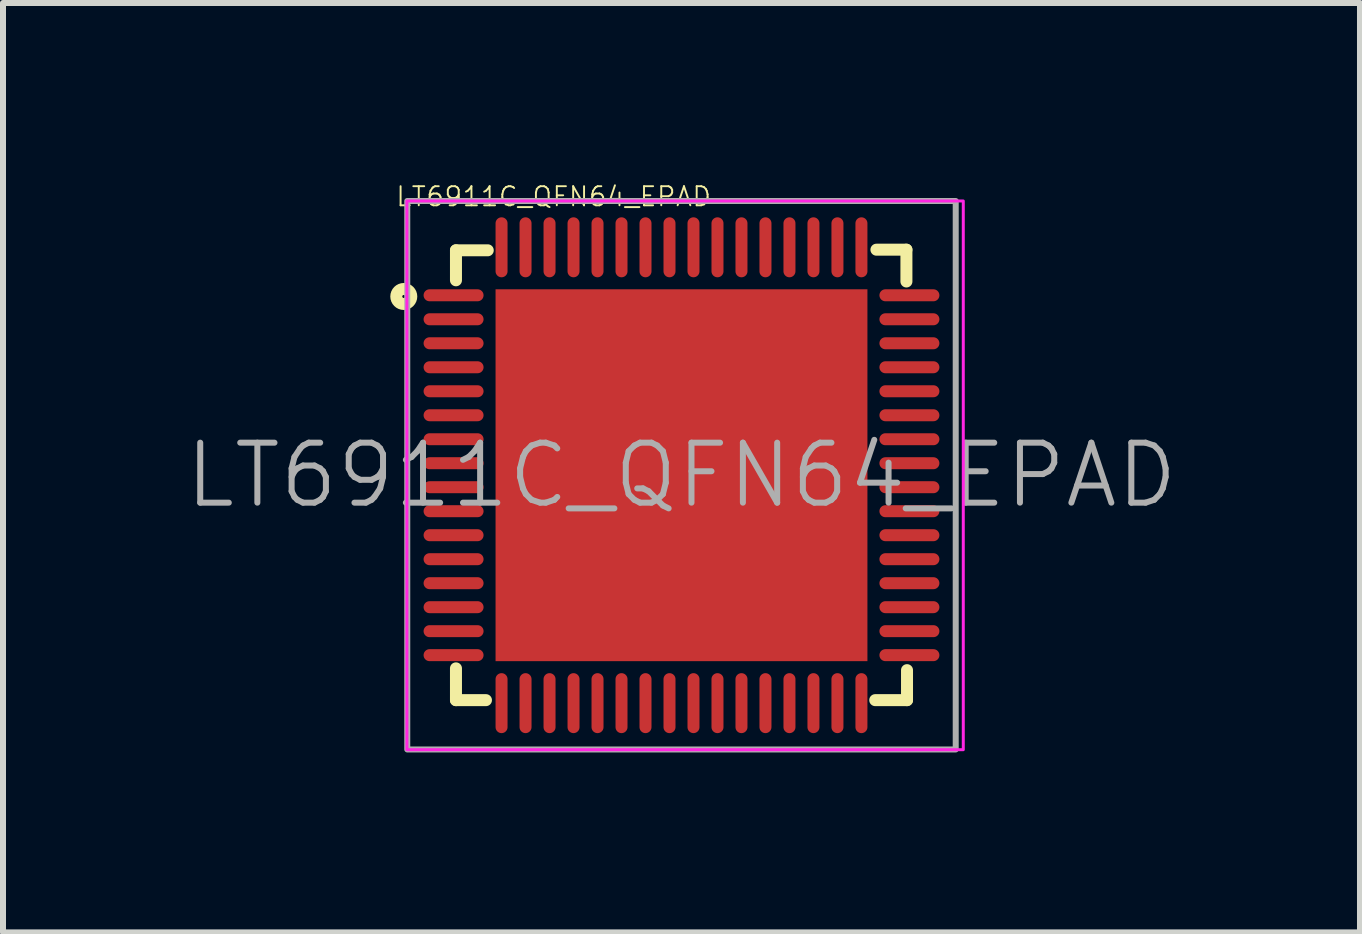
<source format=kicad_pcb>
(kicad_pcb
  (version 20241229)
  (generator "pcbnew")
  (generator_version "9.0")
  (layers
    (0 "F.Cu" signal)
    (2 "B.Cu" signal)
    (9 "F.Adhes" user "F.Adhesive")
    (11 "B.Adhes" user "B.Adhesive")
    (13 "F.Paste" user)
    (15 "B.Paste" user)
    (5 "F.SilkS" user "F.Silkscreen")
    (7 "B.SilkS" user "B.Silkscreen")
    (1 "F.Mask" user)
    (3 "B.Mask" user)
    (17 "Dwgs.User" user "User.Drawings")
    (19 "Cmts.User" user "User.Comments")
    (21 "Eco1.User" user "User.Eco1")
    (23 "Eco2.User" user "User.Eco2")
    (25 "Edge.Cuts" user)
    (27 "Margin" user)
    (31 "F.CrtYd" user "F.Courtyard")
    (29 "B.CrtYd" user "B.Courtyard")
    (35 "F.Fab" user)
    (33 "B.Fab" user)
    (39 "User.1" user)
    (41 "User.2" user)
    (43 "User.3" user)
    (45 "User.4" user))
  (footprint "LT6911C_QFN64_EPAD"
    (layer "F.Cu")
    (at 8.312 4.873)
    (property "Reference" "LT6911C_QFN64_EPAD" (at -4.78 -4.46 0) (unlocked yes) (layer "F.SilkS") (effects (font (size 0.318 0.318) (thickness 0.032)) (justify left bottom)))
    (fp_line (start -3.76 -3.75) (end -3.76 -3.25) (stroke (width 0.2) (type solid)) (layer "F.SilkS"))
    (fp_line (start -3.76 -3.75) (end -3.23 -3.75) (stroke (width 0.2) (type solid)) (layer "F.SilkS"))
    (fp_line (start -3.76 3.22) (end -3.76 3.75) (stroke (width 0.2) (type solid)) (layer "F.SilkS"))
    (fp_line (start -3.76 3.75) (end -3.26 3.75) (stroke (width 0.2) (type solid)) (layer "F.SilkS"))
    (fp_line (start 3.23 3.75) (end 3.76 3.75) (stroke (width 0.2) (type solid)) (layer "F.SilkS"))
    (fp_line (start 3.25 -3.76) (end 3.75 -3.76) (stroke (width 0.2) (type solid)) (layer "F.SilkS"))
    (fp_line (start 3.75 -3.76) (end 3.75 -3.23) (stroke (width 0.2) (type solid)) (layer "F.SilkS"))
    (fp_line (start 3.76 3.25) (end 3.76 3.75) (stroke (width 0.2) (type solid)) (layer "F.SilkS"))
    (fp_circle (center -4.63 -2.98) (end -4.655 -2.98) (stroke (width 0.2) (type solid)) (fill no) (layer "F.SilkS"))
    (fp_rect (start -4.578 -4.572) (end 4.698 4.576) (stroke (width 0.05) (type default)) (fill no) (layer "F.CrtYd"))
    (fp_rect (start -4.572 -4.572) (end 4.572 4.572) (stroke (width 0.1) (type default)) (fill no) (layer "F.Fab"))
    (fp_text user "${REFERENCE}" (at 0 0 0) (layer "F.Fab") (effects (font (size 1 1) (thickness 0.1))))
    (pad "1" smd oval (at -3.8 -3) (size 1 0.2) (layers "F.Cu" "F.Mask" "F.Paste"))
    (pad "2" smd oval (at -3.8 -2.6) (size 1 0.2) (layers "F.Cu" "F.Mask" "F.Paste"))
    (pad "3" smd oval (at -3.8 -2.2) (size 1 0.2) (layers "F.Cu" "F.Mask" "F.Paste"))
    (pad "4" smd oval (at -3.8 -1.8) (size 1 0.2) (layers "F.Cu" "F.Mask" "F.Paste"))
    (pad "5" smd oval (at -3.8 -1.4) (size 1 0.2) (layers "F.Cu" "F.Mask" "F.Paste"))
    (pad "6" smd oval (at -3.8 -1) (size 1 0.2) (layers "F.Cu" "F.Mask" "F.Paste"))
    (pad "7" smd oval (at -3.8 -0.6) (size 1 0.2) (layers "F.Cu" "F.Mask" "F.Paste"))
    (pad "8" smd oval (at -3.8 -0.2) (size 1 0.2) (layers "F.Cu" "F.Mask" "F.Paste"))
    (pad "9" smd oval (at -3.8 0.2) (size 1 0.2) (layers "F.Cu" "F.Mask" "F.Paste"))
    (pad "10" smd oval (at -3.8 0.6) (size 1 0.2) (layers "F.Cu" "F.Mask" "F.Paste"))
    (pad "11" smd oval (at -3.8 1) (size 1 0.2) (layers "F.Cu" "F.Mask" "F.Paste"))
    (pad "12" smd oval (at -3.8 1.4) (size 1 0.2) (layers "F.Cu" "F.Mask" "F.Paste"))
    (pad "13" smd oval (at -3.8 1.8) (size 1 0.2) (layers "F.Cu" "F.Mask" "F.Paste"))
    (pad "14" smd oval (at -3.8 2.2) (size 1 0.2) (layers "F.Cu" "F.Mask" "F.Paste"))
    (pad "15" smd oval (at -3.8 2.6) (size 1 0.2) (layers "F.Cu" "F.Mask" "F.Paste"))
    (pad "16" smd oval (at -3.8 3) (size 1 0.2) (layers "F.Cu" "F.Mask" "F.Paste"))
    (pad "17" smd oval (at -3 3.8 90) (size 1 0.2) (layers "F.Cu" "F.Mask" "F.Paste"))
    (pad "18" smd oval (at -2.6 3.8 90) (size 1 0.2) (layers "F.Cu" "F.Mask" "F.Paste"))
    (pad "19" smd oval (at -2.2 3.8 90) (size 1 0.2) (layers "F.Cu" "F.Mask" "F.Paste"))
    (pad "20" smd oval (at -1.8 3.8 90) (size 1 0.2) (layers "F.Cu" "F.Mask" "F.Paste"))
    (pad "21" smd oval (at -1.4 3.8 90) (size 1 0.2) (layers "F.Cu" "F.Mask" "F.Paste"))
    (pad "22" smd oval (at -1 3.8 90) (size 1 0.2) (layers "F.Cu" "F.Mask" "F.Paste"))
    (pad "23" smd oval (at -0.6 3.8 90) (size 1 0.2) (layers "F.Cu" "F.Mask" "F.Paste"))
    (pad "24" smd oval (at -0.2 3.8 90) (size 1 0.2) (layers "F.Cu" "F.Mask" "F.Paste"))
    (pad "25" smd oval (at 0.2 3.8 90) (size 1 0.2) (layers "F.Cu" "F.Mask" "F.Paste"))
    (pad "26" smd oval (at 0.6 3.8 90) (size 1 0.2) (layers "F.Cu" "F.Mask" "F.Paste"))
    (pad "27" smd oval (at 1 3.8 90) (size 1 0.2) (layers "F.Cu" "F.Mask" "F.Paste"))
    (pad "28" smd oval (at 1.4 3.8 90) (size 1 0.2) (layers "F.Cu" "F.Mask" "F.Paste"))
    (pad "29" smd oval (at 1.8 3.8 90) (size 1 0.2) (layers "F.Cu" "F.Mask" "F.Paste"))
    (pad "30" smd oval (at 2.2 3.8 90) (size 1 0.2) (layers "F.Cu" "F.Mask" "F.Paste"))
    (pad "31" smd oval (at 2.6 3.8 90) (size 1 0.2) (layers "F.Cu" "F.Mask" "F.Paste"))
    (pad "32" smd oval (at 3 3.8 90) (size 1 0.2) (layers "F.Cu" "F.Mask" "F.Paste"))
    (pad "33" smd oval (at 3.8 3) (size 1 0.2) (layers "F.Cu" "F.Mask" "F.Paste"))
    (pad "34" smd oval (at 3.8 2.6) (size 1 0.2) (layers "F.Cu" "F.Mask" "F.Paste"))
    (pad "35" smd oval (at 3.8 2.2) (size 1 0.2) (layers "F.Cu" "F.Mask" "F.Paste"))
    (pad "36" smd oval (at 3.8 1.8) (size 1 0.2) (layers "F.Cu" "F.Mask" "F.Paste"))
    (pad "37" smd oval (at 3.8 1.4) (size 1 0.2) (layers "F.Cu" "F.Mask" "F.Paste"))
    (pad "38" smd oval (at 3.8 1) (size 1 0.2) (layers "F.Cu" "F.Mask" "F.Paste"))
    (pad "39" smd oval (at 3.8 0.6) (size 1 0.2) (layers "F.Cu" "F.Mask" "F.Paste"))
    (pad "40" smd oval (at 3.8 0.2) (size 1 0.2) (layers "F.Cu" "F.Mask" "F.Paste"))
    (pad "41" smd oval (at 3.8 -0.2) (size 1 0.2) (layers "F.Cu" "F.Mask" "F.Paste"))
    (pad "42" smd oval (at 3.8 -0.6) (size 1 0.2) (layers "F.Cu" "F.Mask" "F.Paste"))
    (pad "43" smd oval (at 3.8 -1) (size 1 0.2) (layers "F.Cu" "F.Mask" "F.Paste"))
    (pad "44" smd oval (at 3.8 -1.4) (size 1 0.2) (layers "F.Cu" "F.Mask" "F.Paste"))
    (pad "45" smd oval (at 3.8 -1.8) (size 1 0.2) (layers "F.Cu" "F.Mask" "F.Paste"))
    (pad "46" smd oval (at 3.8 -2.2) (size 1 0.2) (layers "F.Cu" "F.Mask" "F.Paste"))
    (pad "47" smd oval (at 3.8 -2.6) (size 1 0.2) (layers "F.Cu" "F.Mask" "F.Paste"))
    (pad "48" smd oval (at 3.8 -3) (size 1 0.2) (layers "F.Cu" "F.Mask" "F.Paste"))
    (pad "49" smd oval (at 3 -3.8 90) (size 1 0.2) (layers "F.Cu" "F.Mask" "F.Paste"))
    (pad "50" smd oval (at 2.6 -3.8 90) (size 1 0.2) (layers "F.Cu" "F.Mask" "F.Paste"))
    (pad "51" smd oval (at 2.2 -3.8 90) (size 1 0.2) (layers "F.Cu" "F.Mask" "F.Paste"))
    (pad "52" smd oval (at 1.8 -3.8 90) (size 1 0.2) (layers "F.Cu" "F.Mask" "F.Paste"))
    (pad "53" smd oval (at 1.4 -3.8 90) (size 1 0.2) (layers "F.Cu" "F.Mask" "F.Paste"))
    (pad "54" smd oval (at 1 -3.8 90) (size 1 0.2) (layers "F.Cu" "F.Mask" "F.Paste"))
    (pad "55" smd oval (at 0.6 -3.8 90) (size 1 0.2) (layers "F.Cu" "F.Mask" "F.Paste"))
    (pad "56" smd oval (at 0.2 -3.8 90) (size 1 0.2) (layers "F.Cu" "F.Mask" "F.Paste"))
    (pad "57" smd oval (at -0.2 -3.8 90) (size 1 0.2) (layers "F.Cu" "F.Mask" "F.Paste"))
    (pad "58" smd oval (at -0.6 -3.8 90) (size 1 0.2) (layers "F.Cu" "F.Mask" "F.Paste"))
    (pad "59" smd oval (at -1 -3.8 90) (size 1 0.2) (layers "F.Cu" "F.Mask" "F.Paste"))
    (pad "60" smd oval (at -1.4 -3.8 90) (size 1 0.2) (layers "F.Cu" "F.Mask" "F.Paste"))
    (pad "61" smd oval (at -1.8 -3.8 90) (size 1 0.2) (layers "F.Cu" "F.Mask" "F.Paste"))
    (pad "62" smd oval (at -2.2 -3.8 90) (size 1 0.2) (layers "F.Cu" "F.Mask" "F.Paste"))
    (pad "63" smd oval (at -2.6 -3.8 90) (size 1 0.2) (layers "F.Cu" "F.Mask" "F.Paste"))
    (pad "64" smd oval (at -3 -3.8 90) (size 1 0.2) (layers "F.Cu" "F.Mask" "F.Paste"))
    (pad "65" smd rect (at 0 0) (size 6.2 6.2) (layers "F.Cu" "F.Mask" "F.Paste")))
  (gr_rect
    (start -3 -3)
    (end 19.624 12.495)
    (stroke (width 0.1) (type default))
    (fill no)
    (layer "Edge.Cuts")))
</source>
